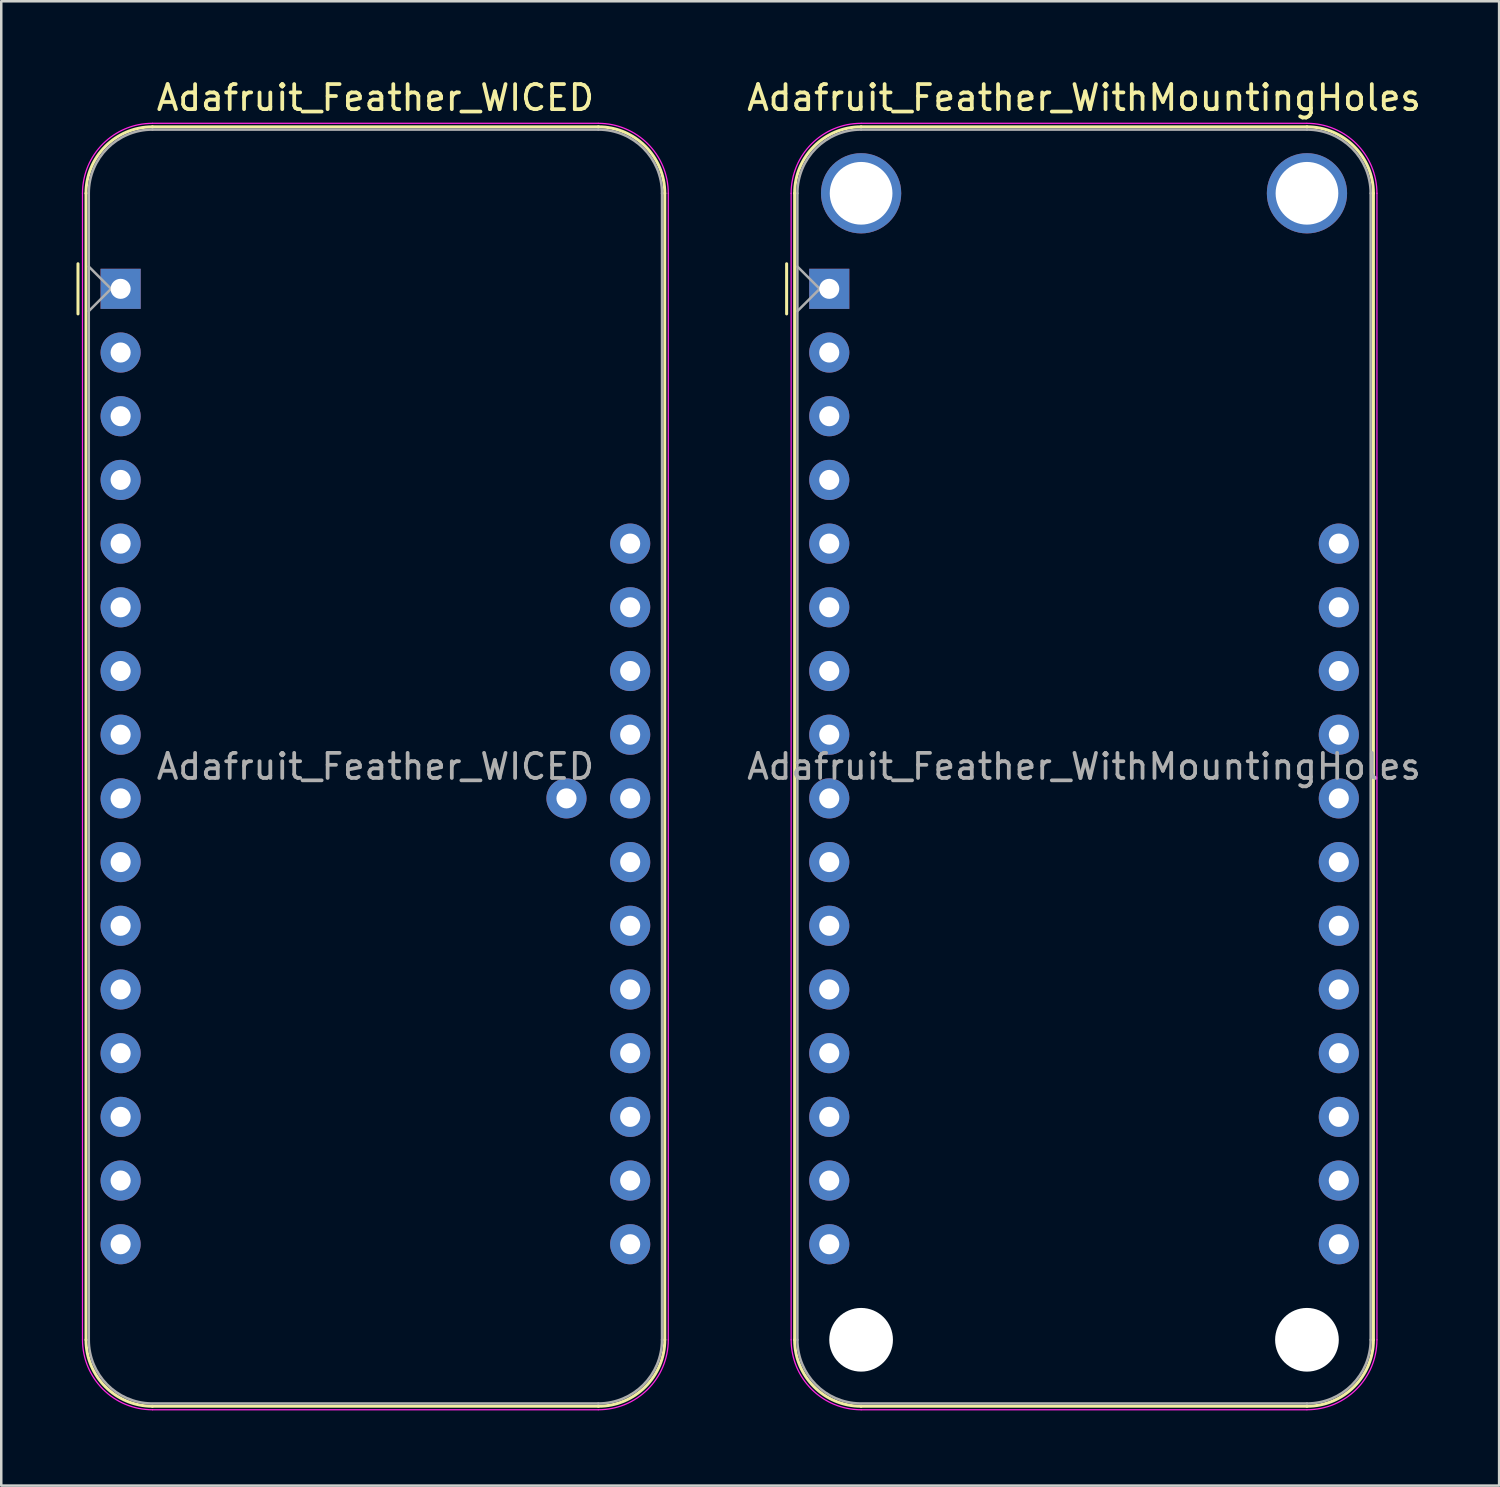
<source format=kicad_pcb>
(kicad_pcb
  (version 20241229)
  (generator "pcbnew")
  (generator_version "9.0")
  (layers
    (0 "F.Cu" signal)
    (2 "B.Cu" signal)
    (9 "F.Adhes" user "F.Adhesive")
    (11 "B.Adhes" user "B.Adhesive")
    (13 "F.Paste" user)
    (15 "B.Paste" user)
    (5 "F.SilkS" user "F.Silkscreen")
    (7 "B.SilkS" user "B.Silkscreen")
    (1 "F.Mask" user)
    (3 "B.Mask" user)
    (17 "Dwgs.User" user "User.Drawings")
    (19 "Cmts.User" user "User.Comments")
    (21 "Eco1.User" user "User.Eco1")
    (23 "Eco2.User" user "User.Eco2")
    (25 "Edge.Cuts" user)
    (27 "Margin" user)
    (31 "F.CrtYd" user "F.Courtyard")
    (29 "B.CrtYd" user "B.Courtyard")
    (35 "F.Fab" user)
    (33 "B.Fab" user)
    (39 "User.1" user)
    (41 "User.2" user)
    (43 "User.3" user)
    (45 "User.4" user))
  (footprint "Adafruit_Feather_WICED"
    (layer "F.Cu")
    (at 1.76 8.468)
    (property "Reference" "Adafruit_Feather_WICED" (at 10.16 -7.62 0) (layer "F.SilkS") (effects (font (size 1 1) (thickness 0.15))))
    (attr through_hole)
    (fp_line (start -1.7 1) (end -1.7 -1) (stroke (width 0.12) (type solid)) (layer "F.SilkS"))
    (fp_line (start -1.38 -3.81) (end -1.38 41.91) (stroke (width 0.12) (type solid)) (layer "F.SilkS"))
    (fp_line (start 19.05 -6.46) (end 1.27 -6.46) (stroke (width 0.12) (type solid)) (layer "F.SilkS"))
    (fp_line (start 19.05 44.56) (end 1.27 44.56) (stroke (width 0.12) (type solid)) (layer "F.SilkS"))
    (fp_line (start 21.7 -3.81) (end 21.7 41.91) (stroke (width 0.12) (type solid)) (layer "F.SilkS"))
    (fp_arc (start -1.38 -3.81) (mid -0.603833 -5.683833) (end 1.27 -6.46) (stroke (width 0.12) (type solid)) (layer "F.SilkS"))
    (fp_arc (start 1.27 44.56) (mid -0.603833 43.783833) (end -1.38 41.91) (stroke (width 0.12) (type solid)) (layer "F.SilkS"))
    (fp_arc (start 19.05 -6.46) (mid 20.923833 -5.683833) (end 21.7 -3.81) (stroke (width 0.12) (type solid)) (layer "F.SilkS"))
    (fp_arc (start 21.7 41.91) (mid 20.923833 43.783833) (end 19.05 44.56) (stroke (width 0.12) (type solid)) (layer "F.SilkS"))
    (fp_line (start -1.52 41.91) (end -1.52 -3.81) (stroke (width 0.05) (type solid)) (layer "F.CrtYd"))
    (fp_line (start 19.05 -6.6) (end 1.27 -6.6) (stroke (width 0.05) (type solid)) (layer "F.CrtYd"))
    (fp_line (start 19.05 44.7) (end 1.27 44.7) (stroke (width 0.05) (type solid)) (layer "F.CrtYd"))
    (fp_line (start 21.84 41.91) (end 21.84 -3.81) (stroke (width 0.05) (type solid)) (layer "F.CrtYd"))
    (fp_arc (start -1.52 -3.81) (mid -0.702828 -5.782828) (end 1.27 -6.6) (stroke (width 0.05) (type solid)) (layer "F.CrtYd"))
    (fp_arc (start 1.27 44.7) (mid -0.702828 43.882828) (end -1.52 41.91) (stroke (width 0.05) (type solid)) (layer "F.CrtYd"))
    (fp_arc (start 19.05 -6.6) (mid 21.022828 -5.782828) (end 21.84 -3.81) (stroke (width 0.05) (type solid)) (layer "F.CrtYd"))
    (fp_arc (start 21.84 41.91) (mid 21.022828 43.882828) (end 19.05 44.7) (stroke (width 0.05) (type solid)) (layer "F.CrtYd"))
    (fp_line (start -1.27 -3.81) (end -1.27 41.91) (stroke (width 0.1) (type solid)) (layer "F.Fab"))
    (fp_line (start -1.27 -0.889) (end -0.381 0) (stroke (width 0.1) (type solid)) (layer "F.Fab"))
    (fp_line (start -0.381 0) (end -1.27 0.889) (stroke (width 0.1) (type solid)) (layer "F.Fab"))
    (fp_line (start 1.27 44.45) (end 19.05 44.45) (stroke (width 0.1) (type solid)) (layer "F.Fab"))
    (fp_line (start 19.05 -6.35) (end 1.27 -6.35) (stroke (width 0.1) (type solid)) (layer "F.Fab"))
    (fp_line (start 21.59 41.91) (end 21.59 -3.81) (stroke (width 0.1) (type solid)) (layer "F.Fab"))
    (fp_arc (start -1.27 -3.81) (mid -0.526051 -5.606051) (end 1.27 -6.35) (stroke (width 0.1) (type solid)) (layer "F.Fab"))
    (fp_arc (start 1.221238 44.449532) (mid -0.543209 43.688728) (end -1.27 41.91) (stroke (width 0.1) (type solid)) (layer "F.Fab"))
    (fp_arc (start 19.05 -6.35) (mid 20.846051 -5.606051) (end 21.59 -3.81) (stroke (width 0.1) (type solid)) (layer "F.Fab"))
    (fp_arc (start 21.59 41.91) (mid 20.846051 43.706051) (end 19.05 44.45) (stroke (width 0.1) (type solid)) (layer "F.Fab"))
    (fp_text user "${REFERENCE}" (at 10.16 19.05 180) (layer "F.Fab") (effects (font (size 1 1) (thickness 0.15))))
    (pad "1" thru_hole rect (at 0 0 180) (size 1.6 1.6) (drill 0.8) (layers "*.Cu" "*.Mask"))
    (pad "2" thru_hole circle (at 0 2.54 180) (size 1.6 1.6) (drill 0.8) (layers "*.Cu" "*.Mask"))
    (pad "3" thru_hole circle (at 0 5.08 180) (size 1.6 1.6) (drill 0.8) (layers "*.Cu" "*.Mask"))
    (pad "4" thru_hole circle (at 0 7.62 180) (size 1.6 1.6) (drill 0.8) (layers "*.Cu" "*.Mask"))
    (pad "5" thru_hole circle (at 0 10.16 180) (size 1.6 1.6) (drill 0.8) (layers "*.Cu" "*.Mask"))
    (pad "6" thru_hole circle (at 0 12.7 180) (size 1.6 1.6) (drill 0.8) (layers "*.Cu" "*.Mask"))
    (pad "7" thru_hole circle (at 0 15.24 180) (size 1.6 1.6) (drill 0.8) (layers "*.Cu" "*.Mask"))
    (pad "8" thru_hole circle (at 0 17.78 180) (size 1.6 1.6) (drill 0.8) (layers "*.Cu" "*.Mask"))
    (pad "9" thru_hole circle (at 0 20.32 180) (size 1.6 1.6) (drill 0.8) (layers "*.Cu" "*.Mask"))
    (pad "10" thru_hole circle (at 0 22.86 180) (size 1.6 1.6) (drill 0.8) (layers "*.Cu" "*.Mask"))
    (pad "11" thru_hole circle (at 0 25.4 180) (size 1.6 1.6) (drill 0.8) (layers "*.Cu" "*.Mask"))
    (pad "12" thru_hole circle (at 0 27.94 180) (size 1.6 1.6) (drill 0.8) (layers "*.Cu" "*.Mask"))
    (pad "13" thru_hole circle (at 0 30.48 180) (size 1.6 1.6) (drill 0.8) (layers "*.Cu" "*.Mask"))
    (pad "14" thru_hole circle (at 0 33.02 180) (size 1.6 1.6) (drill 0.8) (layers "*.Cu" "*.Mask"))
    (pad "15" thru_hole circle (at 0 35.56 180) (size 1.6 1.6) (drill 0.8) (layers "*.Cu" "*.Mask"))
    (pad "16" thru_hole circle (at 0 38.1 180) (size 1.6 1.6) (drill 0.8) (layers "*.Cu" "*.Mask"))
    (pad "17" thru_hole circle (at 20.32 38.1 180) (size 1.6 1.6) (drill 0.8) (layers "*.Cu" "*.Mask"))
    (pad "18" thru_hole circle (at 20.32 35.56 180) (size 1.6 1.6) (drill 0.8) (layers "*.Cu" "*.Mask"))
    (pad "19" thru_hole circle (at 20.32 33.02 180) (size 1.6 1.6) (drill 0.8) (layers "*.Cu" "*.Mask"))
    (pad "20" thru_hole circle (at 20.32 30.48 180) (size 1.6 1.6) (drill 0.8) (layers "*.Cu" "*.Mask"))
    (pad "21" thru_hole circle (at 20.32 27.94 180) (size 1.6 1.6) (drill 0.8) (layers "*.Cu" "*.Mask"))
    (pad "22" thru_hole circle (at 20.32 25.4 180) (size 1.6 1.6) (drill 0.8) (layers "*.Cu" "*.Mask"))
    (pad "23" thru_hole circle (at 20.32 22.86 180) (size 1.6 1.6) (drill 0.8) (layers "*.Cu" "*.Mask"))
    (pad "24" thru_hole circle (at 20.32 20.32 180) (size 1.6 1.6) (drill 0.8) (layers "*.Cu" "*.Mask"))
    (pad "25" thru_hole circle (at 20.32 17.78 180) (size 1.6 1.6) (drill 0.8) (layers "*.Cu" "*.Mask"))
    (pad "26" thru_hole circle (at 20.32 15.24 180) (size 1.6 1.6) (drill 0.8) (layers "*.Cu" "*.Mask"))
    (pad "27" thru_hole circle (at 20.32 12.7 180) (size 1.6 1.6) (drill 0.8) (layers "*.Cu" "*.Mask"))
    (pad "28" thru_hole circle (at 20.32 10.16 180) (size 1.6 1.6) (drill 0.8) (layers "*.Cu" "*.Mask"))
    (pad "29" thru_hole circle (at 17.78 20.32 180) (size 1.6 1.6) (drill 0.8) (layers "*.Cu" "*.Mask")))
  (footprint "Adafruit_Feather_WithMountingHoles"
    (layer "F.Cu")
    (at 30.019 8.468)
    (property "Reference" "Adafruit_Feather_WithMountingHoles" (at 10.16 -7.62 0) (layer "F.SilkS") (effects (font (size 1 1) (thickness 0.15))))
    (attr through_hole)
    (fp_line (start -1.7 1) (end -1.7 -1) (stroke (width 0.12) (type solid)) (layer "F.SilkS"))
    (fp_line (start -1.38 -3.81) (end -1.38 41.91) (stroke (width 0.12) (type solid)) (layer "F.SilkS"))
    (fp_line (start 19.05 -6.46) (end 1.27 -6.46) (stroke (width 0.12) (type solid)) (layer "F.SilkS"))
    (fp_line (start 19.05 44.56) (end 1.27 44.56) (stroke (width 0.12) (type solid)) (layer "F.SilkS"))
    (fp_line (start 21.7 -3.81) (end 21.7 41.91) (stroke (width 0.12) (type solid)) (layer "F.SilkS"))
    (fp_arc (start -1.38 -3.81) (mid -0.603833 -5.683833) (end 1.27 -6.46) (stroke (width 0.12) (type solid)) (layer "F.SilkS"))
    (fp_arc (start 1.27 44.56) (mid -0.603833 43.783833) (end -1.38 41.91) (stroke (width 0.12) (type solid)) (layer "F.SilkS"))
    (fp_arc (start 19.05 -6.46) (mid 20.923833 -5.683833) (end 21.7 -3.81) (stroke (width 0.12) (type solid)) (layer "F.SilkS"))
    (fp_arc (start 21.7 41.91) (mid 20.923833 43.783833) (end 19.05 44.56) (stroke (width 0.12) (type solid)) (layer "F.SilkS"))
    (fp_line (start -1.52 41.91) (end -1.52 -3.81) (stroke (width 0.05) (type solid)) (layer "F.CrtYd"))
    (fp_line (start 19.05 -6.6) (end 1.27 -6.6) (stroke (width 0.05) (type solid)) (layer "F.CrtYd"))
    (fp_line (start 19.05 44.7) (end 1.27 44.7) (stroke (width 0.05) (type solid)) (layer "F.CrtYd"))
    (fp_line (start 21.84 41.91) (end 21.84 -3.81) (stroke (width 0.05) (type solid)) (layer "F.CrtYd"))
    (fp_arc (start -1.52 -3.81) (mid -0.702828 -5.782828) (end 1.27 -6.6) (stroke (width 0.05) (type solid)) (layer "F.CrtYd"))
    (fp_arc (start 1.27 44.7) (mid -0.702828 43.882828) (end -1.52 41.91) (stroke (width 0.05) (type solid)) (layer "F.CrtYd"))
    (fp_arc (start 19.05 -6.6) (mid 21.022828 -5.782828) (end 21.84 -3.81) (stroke (width 0.05) (type solid)) (layer "F.CrtYd"))
    (fp_arc (start 21.84 41.91) (mid 21.022828 43.882828) (end 19.05 44.7) (stroke (width 0.05) (type solid)) (layer "F.CrtYd"))
    (fp_line (start -1.27 -3.81) (end -1.27 41.91) (stroke (width 0.1) (type solid)) (layer "F.Fab"))
    (fp_line (start -1.27 -0.889) (end -0.381 0) (stroke (width 0.1) (type solid)) (layer "F.Fab"))
    (fp_line (start -0.381 0) (end -1.27 0.889) (stroke (width 0.1) (type solid)) (layer "F.Fab"))
    (fp_line (start 1.27 44.45) (end 19.05 44.45) (stroke (width 0.1) (type solid)) (layer "F.Fab"))
    (fp_line (start 19.05 -6.35) (end 1.27 -6.35) (stroke (width 0.1) (type solid)) (layer "F.Fab"))
    (fp_line (start 21.59 41.91) (end 21.59 -3.81) (stroke (width 0.1) (type solid)) (layer "F.Fab"))
    (fp_arc (start -1.27 -3.81) (mid -0.526051 -5.606051) (end 1.27 -6.35) (stroke (width 0.1) (type solid)) (layer "F.Fab"))
    (fp_arc (start 1.221238 44.449532) (mid -0.543209 43.688728) (end -1.27 41.91) (stroke (width 0.1) (type solid)) (layer "F.Fab"))
    (fp_arc (start 19.05 -6.35) (mid 20.846051 -5.606051) (end 21.59 -3.81) (stroke (width 0.1) (type solid)) (layer "F.Fab"))
    (fp_arc (start 21.59 41.91) (mid 20.846051 43.706051) (end 19.05 44.45) (stroke (width 0.1) (type solid)) (layer "F.Fab"))
    (fp_text user "${REFERENCE}" (at 10.16 19.05 180) (layer "F.Fab") (effects (font (size 1 1) (thickness 0.15))))
    (pad "" np_thru_hole circle (at 1.27 -3.81 270) (size 3.2 3.2) (drill 2.5) (layers "*.Cu" "*.Mask"))
    (pad "" np_thru_hole circle (at 1.27 41.91 270) (size 2.54 2.54) (drill 2.54) (layers "*.Cu" "*.Mask"))
    (pad "" np_thru_hole circle (at 19.05 -3.81 270) (size 3.2 3.2) (drill 2.5) (layers "*.Cu" "*.Mask"))
    (pad "" np_thru_hole circle (at 19.05 41.91 270) (size 2.54 2.54) (drill 2.54) (layers "*.Cu" "*.Mask"))
    (pad "1" thru_hole rect (at 0 0 180) (size 1.6 1.6) (drill 0.8) (layers "*.Cu" "*.Mask"))
    (pad "2" thru_hole circle (at 0 2.54 180) (size 1.6 1.6) (drill 0.8) (layers "*.Cu" "*.Mask"))
    (pad "3" thru_hole circle (at 0 5.08 180) (size 1.6 1.6) (drill 0.8) (layers "*.Cu" "*.Mask"))
    (pad "4" thru_hole circle (at 0 7.62 180) (size 1.6 1.6) (drill 0.8) (layers "*.Cu" "*.Mask"))
    (pad "5" thru_hole circle (at 0 10.16 180) (size 1.6 1.6) (drill 0.8) (layers "*.Cu" "*.Mask"))
    (pad "6" thru_hole circle (at 0 12.7 180) (size 1.6 1.6) (drill 0.8) (layers "*.Cu" "*.Mask"))
    (pad "7" thru_hole circle (at 0 15.24 180) (size 1.6 1.6) (drill 0.8) (layers "*.Cu" "*.Mask"))
    (pad "8" thru_hole circle (at 0 17.78 180) (size 1.6 1.6) (drill 0.8) (layers "*.Cu" "*.Mask"))
    (pad "9" thru_hole circle (at 0 20.32 180) (size 1.6 1.6) (drill 0.8) (layers "*.Cu" "*.Mask"))
    (pad "10" thru_hole circle (at 0 22.86 180) (size 1.6 1.6) (drill 0.8) (layers "*.Cu" "*.Mask"))
    (pad "11" thru_hole circle (at 0 25.4 180) (size 1.6 1.6) (drill 0.8) (layers "*.Cu" "*.Mask"))
    (pad "12" thru_hole circle (at 0 27.94 180) (size 1.6 1.6) (drill 0.8) (layers "*.Cu" "*.Mask"))
    (pad "13" thru_hole circle (at 0 30.48 180) (size 1.6 1.6) (drill 0.8) (layers "*.Cu" "*.Mask"))
    (pad "14" thru_hole circle (at 0 33.02 180) (size 1.6 1.6) (drill 0.8) (layers "*.Cu" "*.Mask"))
    (pad "15" thru_hole circle (at 0 35.56 180) (size 1.6 1.6) (drill 0.8) (layers "*.Cu" "*.Mask"))
    (pad "16" thru_hole circle (at 0 38.1 180) (size 1.6 1.6) (drill 0.8) (layers "*.Cu" "*.Mask"))
    (pad "17" thru_hole circle (at 20.32 38.1 180) (size 1.6 1.6) (drill 0.8) (layers "*.Cu" "*.Mask"))
    (pad "18" thru_hole circle (at 20.32 35.56 180) (size 1.6 1.6) (drill 0.8) (layers "*.Cu" "*.Mask"))
    (pad "19" thru_hole circle (at 20.32 33.02 180) (size 1.6 1.6) (drill 0.8) (layers "*.Cu" "*.Mask"))
    (pad "20" thru_hole circle (at 20.32 30.48 180) (size 1.6 1.6) (drill 0.8) (layers "*.Cu" "*.Mask"))
    (pad "21" thru_hole circle (at 20.32 27.94 180) (size 1.6 1.6) (drill 0.8) (layers "*.Cu" "*.Mask"))
    (pad "22" thru_hole circle (at 20.32 25.4 180) (size 1.6 1.6) (drill 0.8) (layers "*.Cu" "*.Mask"))
    (pad "23" thru_hole circle (at 20.32 22.86 180) (size 1.6 1.6) (drill 0.8) (layers "*.Cu" "*.Mask"))
    (pad "24" thru_hole circle (at 20.32 20.32 180) (size 1.6 1.6) (drill 0.8) (layers "*.Cu" "*.Mask"))
    (pad "25" thru_hole circle (at 20.32 17.78 180) (size 1.6 1.6) (drill 0.8) (layers "*.Cu" "*.Mask"))
    (pad "26" thru_hole circle (at 20.32 15.24 180) (size 1.6 1.6) (drill 0.8) (layers "*.Cu" "*.Mask"))
    (pad "27" thru_hole circle (at 20.32 12.7 180) (size 1.6 1.6) (drill 0.8) (layers "*.Cu" "*.Mask"))
    (pad "28" thru_hole circle (at 20.32 10.16 180) (size 1.6 1.6) (drill 0.8) (layers "*.Cu" "*.Mask")))
  (gr_rect
    (start -3 -3)
    (end 56.732 56.193)
    (stroke (width 0.1) (type default))
    (fill no)
    (layer "Edge.Cuts")))
</source>
